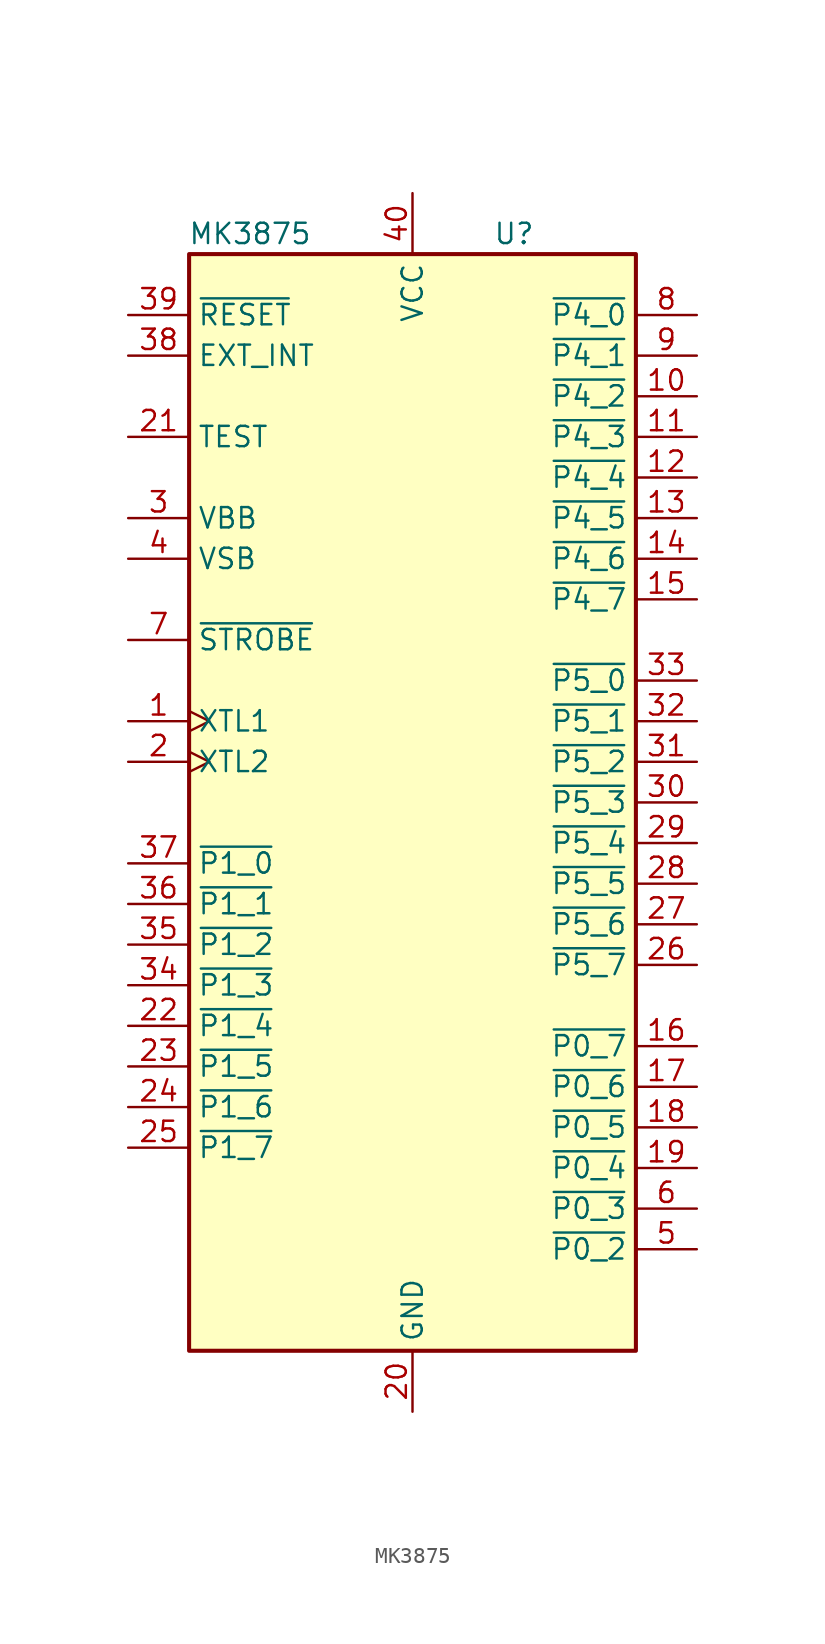
<source format=kicad_sym>
(kicad_symbol_lib
  (version 20211014)
  (generator kicad_symbol_editor)
  (symbol "MK3875"
    (property "Reference" "U"
      (at 6.35 35.56 0)
      (effects (font (size 1.27 1.27))))
    (property "Value" "MK3875"
      (at -10.16 35.56 0)
      (effects (font (size 1.27 1.27))))
    (symbol "MK3875_0_1"
      (rectangle (start -13.97 34.29) (end 13.97 -34.29) (stroke (width 0.254) (type default) (color 0 0 0 0)) (fill (type background))))
    (symbol "MK3875_1_1"
      (pin input clock (at -17.78 5.08 0) (length 3.81) (name "XTL1" (effects (font (size 1.27 1.27)))) (number "1" (effects (font (size 1.27 1.27)))))
      (pin bidirectional line (at 17.78 25.4 180) (length 3.81) (name "~{P4_2}" (effects (font (size 1.27 1.27)))) (number "10" (effects (font (size 1.27 1.27)))))
      (pin bidirectional line (at 17.78 22.86 180) (length 3.81) (name "~{P4_3}" (effects (font (size 1.27 1.27)))) (number "11" (effects (font (size 1.27 1.27)))))
      (pin bidirectional line (at 17.78 20.32 180) (length 3.81) (name "~{P4_4}" (effects (font (size 1.27 1.27)))) (number "12" (effects (font (size 1.27 1.27)))))
      (pin bidirectional line (at 17.78 17.78 180) (length 3.81) (name "~{P4_5}" (effects (font (size 1.27 1.27)))) (number "13" (effects (font (size 1.27 1.27)))))
      (pin bidirectional line (at 17.78 15.24 180) (length 3.81) (name "~{P4_6}" (effects (font (size 1.27 1.27)))) (number "14" (effects (font (size 1.27 1.27)))))
      (pin bidirectional line (at 17.78 12.7 180) (length 3.81) (name "~{P4_7}" (effects (font (size 1.27 1.27)))) (number "15" (effects (font (size 1.27 1.27)))))
      (pin bidirectional line (at 17.78 -15.24 180) (length 3.81) (name "~{P0_7}" (effects (font (size 1.27 1.27)))) (number "16" (effects (font (size 1.27 1.27)))))
      (pin bidirectional line (at 17.78 -17.78 180) (length 3.81) (name "~{P0_6}" (effects (font (size 1.27 1.27)))) (number "17" (effects (font (size 1.27 1.27)))))
      (pin bidirectional line (at 17.78 -20.32 180) (length 3.81) (name "~{P0_5}" (effects (font (size 1.27 1.27)))) (number "18" (effects (font (size 1.27 1.27)))))
      (pin bidirectional line (at 17.78 -22.86 180) (length 3.81) (name "~{P0_4}" (effects (font (size 1.27 1.27)))) (number "19" (effects (font (size 1.27 1.27)))))
      (pin input clock (at -17.78 2.54 0) (length 3.81) (name "XTL2" (effects (font (size 1.27 1.27)))) (number "2" (effects (font (size 1.27 1.27)))))
      (pin power_in line (at 0 -38.1 90) (length 3.81) (name "GND" (effects (font (size 1.27 1.27)))) (number "20" (effects (font (size 1.27 1.27)))))
      (pin input line (at -17.78 22.86 0) (length 3.81) (name "TEST" (effects (font (size 1.27 1.27)))) (number "21" (effects (font (size 1.27 1.27)))))
      (pin bidirectional line (at -17.78 -13.97 0) (length 3.81) (name "~{P1_4}" (effects (font (size 1.27 1.27)))) (number "22" (effects (font (size 1.27 1.27)))))
      (pin bidirectional line (at -17.78 -16.51 0) (length 3.81) (name "~{P1_5}" (effects (font (size 1.27 1.27)))) (number "23" (effects (font (size 1.27 1.27)))))
      (pin bidirectional line (at -17.78 -19.05 0) (length 3.81) (name "~{P1_6}" (effects (font (size 1.27 1.27)))) (number "24" (effects (font (size 1.27 1.27)))))
      (pin bidirectional line (at -17.78 -21.59 0) (length 3.81) (name "~{P1_7}" (effects (font (size 1.27 1.27)))) (number "25" (effects (font (size 1.27 1.27)))))
      (pin bidirectional line (at 17.78 -10.16 180) (length 3.81) (name "~{P5_7}" (effects (font (size 1.27 1.27)))) (number "26" (effects (font (size 1.27 1.27)))))
      (pin bidirectional line (at 17.78 -7.62 180) (length 3.81) (name "~{P5_6}" (effects (font (size 1.27 1.27)))) (number "27" (effects (font (size 1.27 1.27)))))
      (pin bidirectional line (at 17.78 -5.08 180) (length 3.81) (name "~{P5_5}" (effects (font (size 1.27 1.27)))) (number "28" (effects (font (size 1.27 1.27)))))
      (pin bidirectional line (at 17.78 -2.54 180) (length 3.81) (name "~{P5_4}" (effects (font (size 1.27 1.27)))) (number "29" (effects (font (size 1.27 1.27)))))
      (pin power_in line (at -17.78 17.78 0) (length 3.81) (name "VBB" (effects (font (size 1.27 1.27)))) (number "3" (effects (font (size 1.27 1.27)))))
      (pin bidirectional line (at 17.78 0 180) (length 3.81) (name "~{P5_3}" (effects (font (size 1.27 1.27)))) (number "30" (effects (font (size 1.27 1.27)))))
      (pin bidirectional line (at 17.78 2.54 180) (length 3.81) (name "~{P5_2}" (effects (font (size 1.27 1.27)))) (number "31" (effects (font (size 1.27 1.27)))))
      (pin bidirectional line (at 17.78 5.08 180) (length 3.81) (name "~{P5_1}" (effects (font (size 1.27 1.27)))) (number "32" (effects (font (size 1.27 1.27)))))
      (pin bidirectional line (at 17.78 7.62 180) (length 3.81) (name "~{P5_0}" (effects (font (size 1.27 1.27)))) (number "33" (effects (font (size 1.27 1.27)))))
      (pin bidirectional line (at -17.78 -11.43 0) (length 3.81) (name "~{P1_3}" (effects (font (size 1.27 1.27)))) (number "34" (effects (font (size 1.27 1.27)))))
      (pin bidirectional line (at -17.78 -8.89 0) (length 3.81) (name "~{P1_2}" (effects (font (size 1.27 1.27)))) (number "35" (effects (font (size 1.27 1.27)))))
      (pin bidirectional line (at -17.78 -6.35 0) (length 3.81) (name "~{P1_1}" (effects (font (size 1.27 1.27)))) (number "36" (effects (font (size 1.27 1.27)))))
      (pin bidirectional line (at -17.78 -3.81 0) (length 3.81) (name "~{P1_0}" (effects (font (size 1.27 1.27)))) (number "37" (effects (font (size 1.27 1.27)))))
      (pin input line (at -17.78 27.94 0) (length 3.81) (name "EXT_INT" (effects (font (size 1.27 1.27)))) (number "38" (effects (font (size 1.27 1.27)))))
      (pin input line (at -17.78 30.48 0) (length 3.81) (name "~{RESET}" (effects (font (size 1.27 1.27)))) (number "39" (effects (font (size 1.27 1.27)))))
      (pin power_in line (at -17.78 15.24 0) (length 3.81) (name "VSB" (effects (font (size 1.27 1.27)))) (number "4" (effects (font (size 1.27 1.27)))))
      (pin power_in line (at 0 38.1 270) (length 3.81) (name "VCC" (effects (font (size 1.27 1.27)))) (number "40" (effects (font (size 1.27 1.27)))))
      (pin bidirectional line (at 17.78 -27.94 180) (length 3.81) (name "~{P0_2}" (effects (font (size 1.27 1.27)))) (number "5" (effects (font (size 1.27 1.27)))))
      (pin bidirectional line (at 17.78 -25.4 180) (length 3.81) (name "~{P0_3}" (effects (font (size 1.27 1.27)))) (number "6" (effects (font (size 1.27 1.27)))))
      (pin output line (at -17.78 10.16 0) (length 3.81) (name "~{STROBE}" (effects (font (size 1.27 1.27)))) (number "7" (effects (font (size 1.27 1.27)))))
      (pin bidirectional line (at 17.78 30.48 180) (length 3.81) (name "~{P4_0}" (effects (font (size 1.27 1.27)))) (number "8" (effects (font (size 1.27 1.27)))))
      (pin bidirectional line (at 17.78 27.94 180) (length 3.81) (name "~{P4_1}" (effects (font (size 1.27 1.27)))) (number "9" (effects (font (size 1.27 1.27))))))))
</source>
